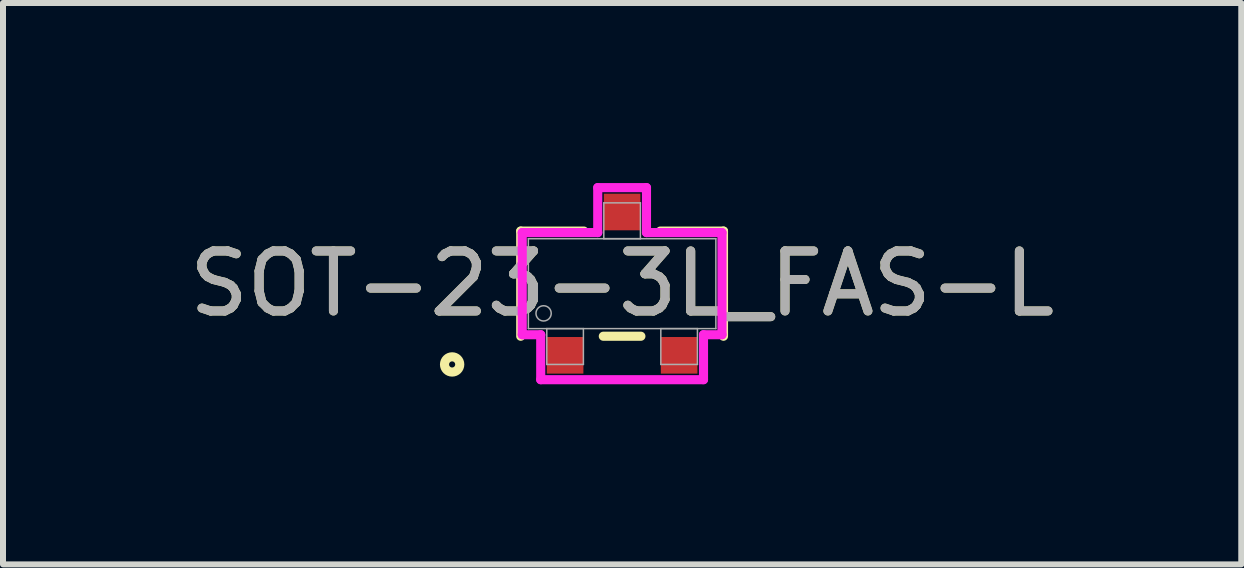
<source format=kicad_pcb>
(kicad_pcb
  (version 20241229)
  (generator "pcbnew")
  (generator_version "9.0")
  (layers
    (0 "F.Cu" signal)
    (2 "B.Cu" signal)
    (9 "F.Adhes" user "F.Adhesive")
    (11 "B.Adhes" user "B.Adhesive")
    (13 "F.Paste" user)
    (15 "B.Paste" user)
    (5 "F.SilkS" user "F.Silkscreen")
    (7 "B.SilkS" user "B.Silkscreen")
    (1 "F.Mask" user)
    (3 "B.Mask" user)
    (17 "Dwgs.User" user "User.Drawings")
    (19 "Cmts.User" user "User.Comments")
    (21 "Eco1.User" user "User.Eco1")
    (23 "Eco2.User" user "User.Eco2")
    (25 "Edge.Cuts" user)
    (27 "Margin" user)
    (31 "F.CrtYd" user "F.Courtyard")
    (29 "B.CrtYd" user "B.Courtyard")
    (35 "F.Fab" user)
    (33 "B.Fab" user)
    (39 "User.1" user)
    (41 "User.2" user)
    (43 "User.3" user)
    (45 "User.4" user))
  (footprint "SOT-23-3L_FAS-L"
    (layer "F.Cu")
    (at 7.315 1.676)
    (property "Reference" "SOT-23-3L_FAS-L" (at 0 0 0) (unlocked yes) (layer "F.SilkS") (effects (font (size 1 1) (thickness 0.15))))
    (attr smd)
    (fp_line (start -1.689 -0.876) (end -1.689 0.876) (stroke (width 0.152) (type solid)) (layer "F.SilkS"))
    (fp_line (start -0.637 -0.876) (end -1.689 -0.876) (stroke (width 0.152) (type solid)) (layer "F.SilkS"))
    (fp_line (start -0.313 0.876) (end 0.313 0.876) (stroke (width 0.152) (type solid)) (layer "F.SilkS"))
    (fp_line (start 1.689 -0.876) (end 0.637 -0.876) (stroke (width 0.152) (type solid)) (layer "F.SilkS"))
    (fp_line (start 1.689 0.876) (end 1.689 -0.876) (stroke (width 0.152) (type solid)) (layer "F.SilkS"))
    (fp_circle (center -2.832 1.346) (end -2.705 1.346) (stroke (width 0.152) (type solid)) (fill no) (layer "F.SilkS"))
    (fp_line (start -1.664 -0.851) (end -0.406 -0.851) (stroke (width 0.152) (type solid)) (layer "F.CrtYd"))
    (fp_line (start -1.664 0.851) (end -1.664 -0.851) (stroke (width 0.152) (type solid)) (layer "F.CrtYd"))
    (fp_line (start -1.664 0.851) (end -1.356 0.851) (stroke (width 0.152) (type solid)) (layer "F.CrtYd"))
    (fp_line (start -1.356 0.851) (end -1.356 1.6) (stroke (width 0.152) (type solid)) (layer "F.CrtYd"))
    (fp_line (start -1.356 1.6) (end 1.356 1.6) (stroke (width 0.152) (type solid)) (layer "F.CrtYd"))
    (fp_line (start -0.406 -1.6) (end 0.406 -1.6) (stroke (width 0.152) (type solid)) (layer "F.CrtYd"))
    (fp_line (start -0.406 -0.851) (end -0.406 -1.6) (stroke (width 0.152) (type solid)) (layer "F.CrtYd"))
    (fp_line (start 0.406 -0.851) (end 0.406 -1.6) (stroke (width 0.152) (type solid)) (layer "F.CrtYd"))
    (fp_line (start 1.356 0.851) (end 1.356 1.6) (stroke (width 0.152) (type solid)) (layer "F.CrtYd"))
    (fp_line (start 1.664 -0.851) (end 0.406 -0.851) (stroke (width 0.152) (type solid)) (layer "F.CrtYd"))
    (fp_line (start 1.664 -0.851) (end 1.664 0.851) (stroke (width 0.152) (type solid)) (layer "F.CrtYd"))
    (fp_line (start 1.664 0.851) (end 1.356 0.851) (stroke (width 0.152) (type solid)) (layer "F.CrtYd"))
    (fp_line (start -1.562 -0.749) (end -1.562 0.749) (stroke (width 0.025) (type solid)) (layer "F.Fab"))
    (fp_line (start -1.562 0.749) (end 1.562 0.749) (stroke (width 0.025) (type solid)) (layer "F.Fab"))
    (fp_line (start -1.255 0.749) (end -1.255 1.346) (stroke (width 0.025) (type solid)) (layer "F.Fab"))
    (fp_line (start -1.255 1.346) (end -0.645 1.346) (stroke (width 0.025) (type solid)) (layer "F.Fab"))
    (fp_line (start -0.645 0.749) (end -1.255 0.749) (stroke (width 0.025) (type solid)) (layer "F.Fab"))
    (fp_line (start -0.645 1.346) (end -0.645 0.749) (stroke (width 0.025) (type solid)) (layer "F.Fab"))
    (fp_line (start -0.305 -1.346) (end -0.305 -0.749) (stroke (width 0.025) (type solid)) (layer "F.Fab"))
    (fp_line (start -0.305 -0.749) (end 0.305 -0.749) (stroke (width 0.025) (type solid)) (layer "F.Fab"))
    (fp_line (start 0.305 -1.346) (end -0.305 -1.346) (stroke (width 0.025) (type solid)) (layer "F.Fab"))
    (fp_line (start 0.305 -0.749) (end 0.305 -1.346) (stroke (width 0.025) (type solid)) (layer "F.Fab"))
    (fp_line (start 0.645 0.749) (end 0.645 1.346) (stroke (width 0.025) (type solid)) (layer "F.Fab"))
    (fp_line (start 0.645 1.346) (end 1.255 1.346) (stroke (width 0.025) (type solid)) (layer "F.Fab"))
    (fp_line (start 1.255 0.749) (end 0.645 0.749) (stroke (width 0.025) (type solid)) (layer "F.Fab"))
    (fp_line (start 1.255 1.346) (end 1.255 0.749) (stroke (width 0.025) (type solid)) (layer "F.Fab"))
    (fp_line (start 1.562 -0.749) (end -1.562 -0.749) (stroke (width 0.025) (type solid)) (layer "F.Fab"))
    (fp_line (start 1.562 0.749) (end 1.562 -0.749) (stroke (width 0.025) (type solid)) (layer "F.Fab"))
    (fp_circle (center -1.308 0.495) (end -1.181 0.495) (stroke (width 0.025) (type solid)) (fill no) (layer "F.Fab"))
    (fp_text user "${REFERENCE}" (at 0 0 0) (unlocked yes) (layer "F.Fab") (effects (font (size 1 1) (thickness 0.15))))
    (pad "1" smd rect (at -0.95 1.194) (size 0.61 0.61) (layers "F.Cu" "F.Mask" "F.Paste"))
    (pad "2" smd rect (at 0.95 1.194) (size 0.61 0.61) (layers "F.Cu" "F.Mask" "F.Paste"))
    (pad "3" smd rect (at 0 -1.194) (size 0.61 0.61) (layers "F.Cu" "F.Mask" "F.Paste")))
  (gr_rect
    (start -3 -3)
    (end 17.631 6.353)
    (stroke (width 0.1) (type default))
    (fill no)
    (layer "Edge.Cuts")))
</source>
